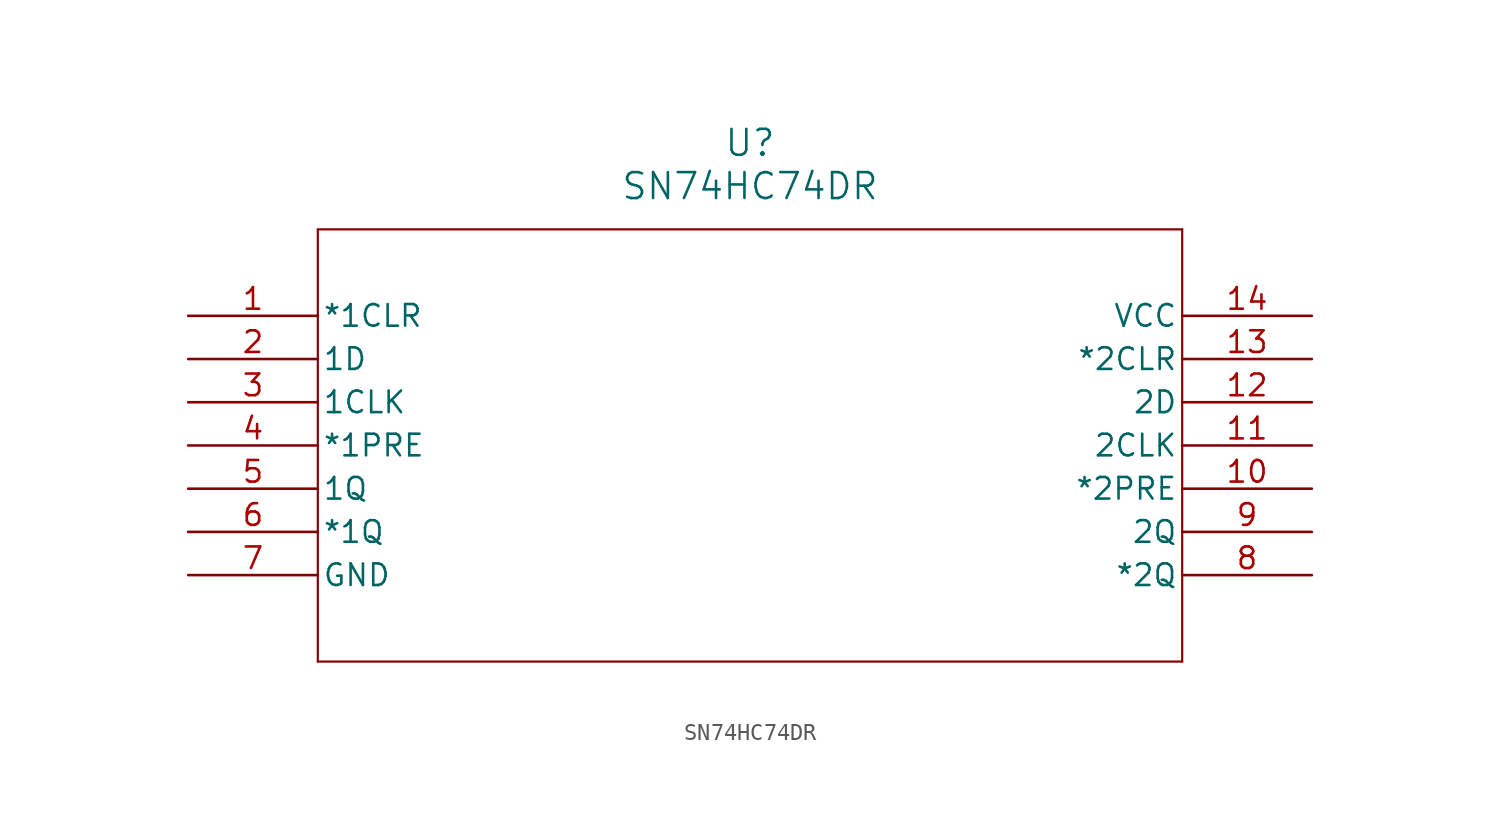
<source format=kicad_sym>
(kicad_symbol_lib
  (version 20211014)
  (generator kicad_symbol_editor)
  (symbol "SN74HC74DR"
    (pin_names
      (offset 0.254))
    (property "Reference" "U"
      (at 33.02 10.16 0)
      (effects (font (size 1.524 1.524))))
    (property "Value" "SN74HC74DR"
      (at 33.02 7.62 0)
      (effects (font (size 1.524 1.524))))
    (symbol "SN74HC74DR_0_1"
      (polyline (pts (xy 7.62 5.08) (xy 7.62 -20.32)) (stroke (width 0.127) (type default) (color 0 0 0 0)) (fill (type none)))
      (polyline (pts (xy 7.62 -20.32) (xy 58.42 -20.32)) (stroke (width 0.127) (type default) (color 0 0 0 0)) (fill (type none)))
      (polyline (pts (xy 58.42 -20.32) (xy 58.42 5.08)) (stroke (width 0.127) (type default) (color 0 0 0 0)) (fill (type none)))
      (polyline (pts (xy 58.42 5.08) (xy 7.62 5.08)) (stroke (width 0.127) (type default) (color 0 0 0 0)) (fill (type none)))
      (pin input line (at 0 0 0) (length 7.62) (name "*1CLR" (effects (font (size 1.27 1.27)))) (number "1" (effects (font (size 1.27 1.27)))))
      (pin input line (at 0 -2.54 0) (length 7.62) (name "1D" (effects (font (size 1.27 1.27)))) (number "2" (effects (font (size 1.27 1.27)))))
      (pin input line (at 0 -5.08 0) (length 7.62) (name "1CLK" (effects (font (size 1.27 1.27)))) (number "3" (effects (font (size 1.27 1.27)))))
      (pin input line (at 0 -7.62 0) (length 7.62) (name "*1PRE" (effects (font (size 1.27 1.27)))) (number "4" (effects (font (size 1.27 1.27)))))
      (pin output line (at 0 -10.16 0) (length 7.62) (name "1Q" (effects (font (size 1.27 1.27)))) (number "5" (effects (font (size 1.27 1.27)))))
      (pin output line (at 0 -12.7 0) (length 7.62) (name "*1Q" (effects (font (size 1.27 1.27)))) (number "6" (effects (font (size 1.27 1.27)))))
      (pin power_in line (at 0 -15.24 0) (length 7.62) (name "GND" (effects (font (size 1.27 1.27)))) (number "7" (effects (font (size 1.27 1.27)))))
      (pin output line (at 66.04 -15.24 180) (length 7.62) (name "*2Q" (effects (font (size 1.27 1.27)))) (number "8" (effects (font (size 1.27 1.27)))))
      (pin output line (at 66.04 -12.7 180) (length 7.62) (name "2Q" (effects (font (size 1.27 1.27)))) (number "9" (effects (font (size 1.27 1.27)))))
      (pin input line (at 66.04 -10.16 180) (length 7.62) (name "*2PRE" (effects (font (size 1.27 1.27)))) (number "10" (effects (font (size 1.27 1.27)))))
      (pin input line (at 66.04 -7.62 180) (length 7.62) (name "2CLK" (effects (font (size 1.27 1.27)))) (number "11" (effects (font (size 1.27 1.27)))))
      (pin input line (at 66.04 -5.08 180) (length 7.62) (name "2D" (effects (font (size 1.27 1.27)))) (number "12" (effects (font (size 1.27 1.27)))))
      (pin input line (at 66.04 -2.54 180) (length 7.62) (name "*2CLR" (effects (font (size 1.27 1.27)))) (number "13" (effects (font (size 1.27 1.27)))))
      (pin power_in line (at 66.04 0 180) (length 7.62) (name "VCC" (effects (font (size 1.27 1.27)))) (number "14" (effects (font (size 1.27 1.27))))))))
</source>
